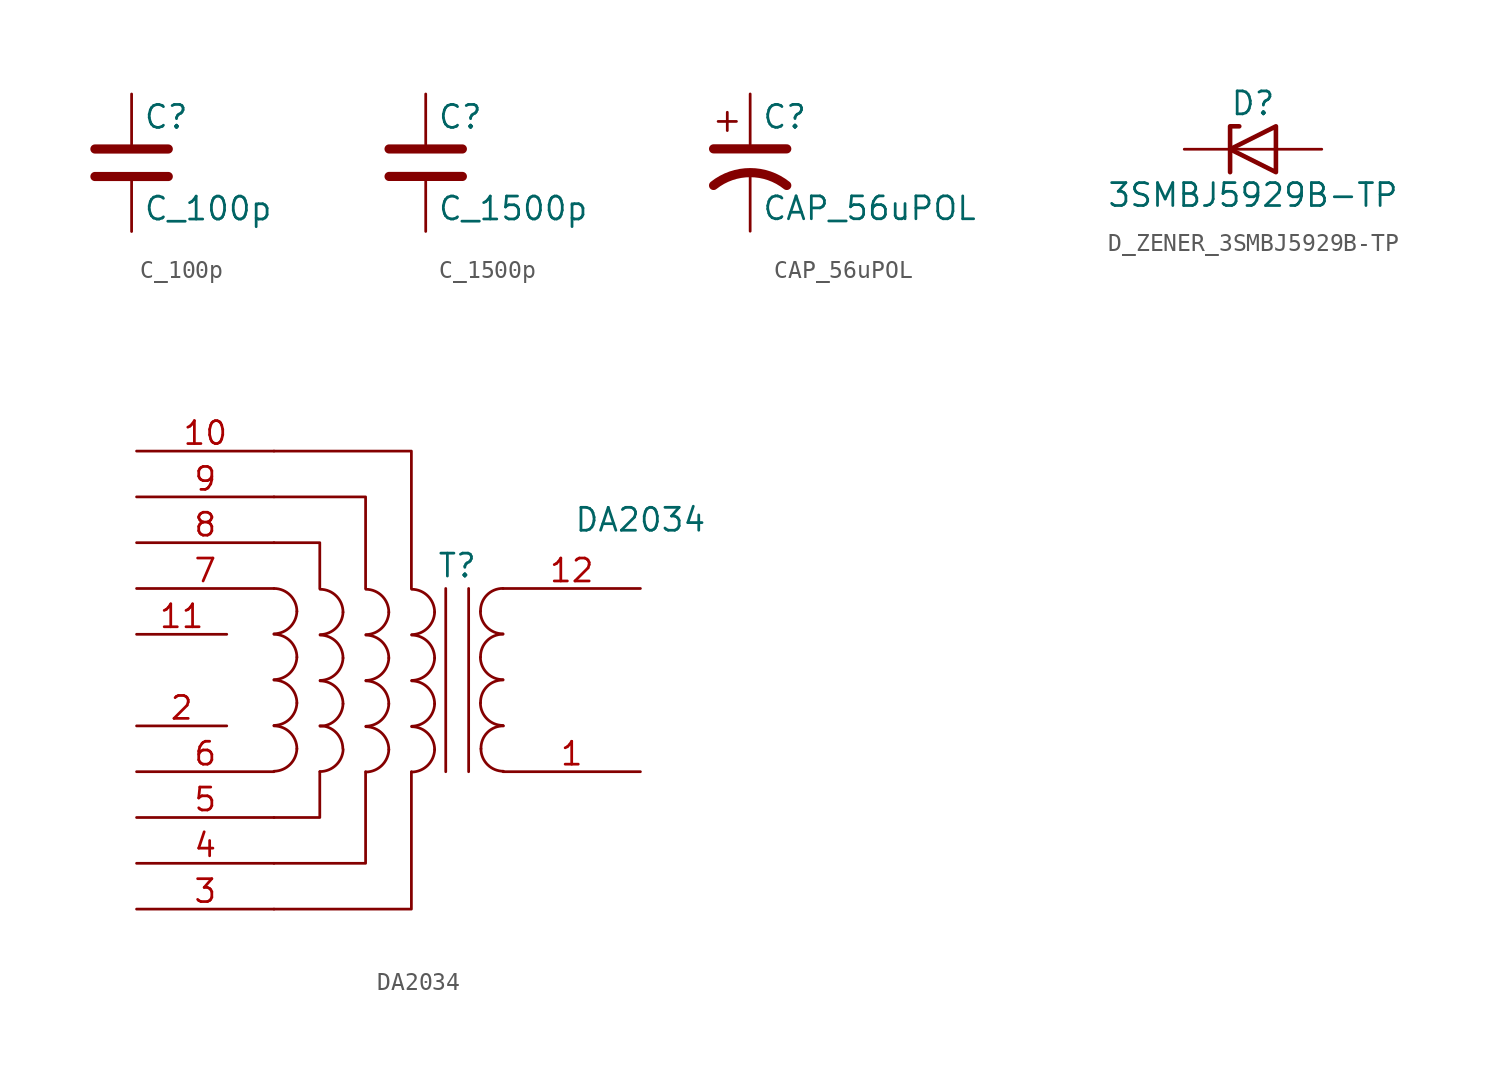
<source format=kicad_sym>
(kicad_symbol_lib
  (version 20220914)
  (generator kicad_symbol_editor)
  (symbol "C_100p"
    (pin_numbers hide)
    (pin_names
      (offset 0.254))
    (property "Reference" "C"
      (at 0.635 2.54 0)
      (effects (font (size 1.27 1.27)) (justify left)))
    (property "Value" "C_100p"
      (at 0.635 -2.54 0)
      (effects (font (size 1.27 1.27)) (justify left)))
    (symbol "C_100p_0_1"
      (polyline (pts (xy -2.032 -0.762) (xy 2.032 -0.762)) (stroke (width 0.508) (type default)) (fill (type none)))
      (polyline (pts (xy -2.032 0.762) (xy 2.032 0.762)) (stroke (width 0.508) (type default)) (fill (type none))))
    (symbol "C_100p_1_1"
      (pin passive line (at 0 3.81 270) (length 2.794) (name "~" (effects (font (size 1.27 1.27)))) (number "1" (effects (font (size 1.27 1.27)))))
      (pin passive line (at 0 -3.81 90) (length 2.794) (name "~" (effects (font (size 1.27 1.27)))) (number "2" (effects (font (size 1.27 1.27)))))))
  (symbol "C_1500p"
    (pin_numbers hide)
    (pin_names
      (offset 0.254))
    (property "Reference" "C"
      (at 0.635 2.54 0)
      (effects (font (size 1.27 1.27)) (justify left)))
    (property "Value" "C_1500p"
      (at 0.635 -2.54 0)
      (effects (font (size 1.27 1.27)) (justify left)))
    (symbol "C_1500p_0_1"
      (polyline (pts (xy -2.032 -0.762) (xy 2.032 -0.762)) (stroke (width 0.508) (type default)) (fill (type none)))
      (polyline (pts (xy -2.032 0.762) (xy 2.032 0.762)) (stroke (width 0.508) (type default)) (fill (type none))))
    (symbol "C_1500p_1_1"
      (pin passive line (at 0 3.81 270) (length 2.794) (name "~" (effects (font (size 1.27 1.27)))) (number "1" (effects (font (size 1.27 1.27)))))
      (pin passive line (at 0 -3.81 90) (length 2.794) (name "~" (effects (font (size 1.27 1.27)))) (number "2" (effects (font (size 1.27 1.27)))))))
  (symbol "CAP_56uPOL"
    (pin_numbers hide)
    (pin_names
      (offset 0.254) hide)
    (property "Reference" "C"
      (at 0.635 2.54 0)
      (effects (font (size 1.27 1.27)) (justify left)))
    (property "Value" "CAP_56uPOL"
      (at 0.635 -2.54 0)
      (effects (font (size 1.27 1.27)) (justify left)))
    (symbol "CAP_56uPOL_0_1"
      (polyline (pts (xy -2.032 0.762) (xy 2.032 0.762)) (stroke (width 0.508) (type default)) (fill (type none)))
      (polyline (pts (xy -1.778 2.286) (xy -0.762 2.286)) (stroke (width 0) (type default)) (fill (type none)))
      (polyline (pts (xy -1.27 1.778) (xy -1.27 2.794)) (stroke (width 0) (type default)) (fill (type none)))
      (arc (start 2.032 -1.27) (mid 0 -0.5572) (end -2.032 -1.27) (stroke (width 0.508) (type default)) (fill (type none))))
    (symbol "CAP_56uPOL_1_1"
      (pin passive line (at 0 3.81 270) (length 2.794) (name "~" (effects (font (size 1.27 1.27)))) (number "1" (effects (font (size 1.27 1.27)))))
      (pin passive line (at 0 -3.81 90) (length 3.302) (name "~" (effects (font (size 1.27 1.27)))) (number "2" (effects (font (size 1.27 1.27)))))))
  (symbol "D_ZENER_3SMBJ5929B-TP"
    (pin_numbers hide)
    (pin_names
      (offset 1.016) hide)
    (property "Reference" "D"
      (at 0 2.54 0)
      (effects (font (size 1.27 1.27))))
    (property "Value" "3SMBJ5929B-TP\n"
      (at 0 -2.54 0)
      (effects (font (size 1.27 1.27))))
    (symbol "D_ZENER_3SMBJ5929B-TP_0_1"
      (polyline (pts (xy 1.27 0) (xy -1.27 0)) (stroke (width 0) (type default)) (fill (type none)))
      (polyline (pts (xy -1.27 -1.27) (xy -1.27 1.27) (xy -0.762 1.27)) (stroke (width 0.254) (type default)) (fill (type none)))
      (polyline (pts (xy 1.27 -1.27) (xy 1.27 1.27) (xy -1.27 0) (xy 1.27 -1.27)) (stroke (width 0.254) (type default)) (fill (type none))))
    (symbol "D_ZENER_3SMBJ5929B-TP_1_1"
      (pin passive line (at -3.81 0 0) (length 2.54) (name "K" (effects (font (size 1.27 1.27)))) (number "1" (effects (font (size 1.27 1.27)))))
      (pin passive line (at 3.81 0 180) (length 2.54) (name "A" (effects (font (size 1.27 1.27)))) (number "2" (effects (font (size 1.27 1.27)))))))
  (symbol "DA2034"
    (pin_names
      (offset 1.016) hide)
    (property "Reference" "T"
      (at 0 6.35 0)
      (effects (font (size 1.27 1.27))))
    (property "Value" "DA2034"
      (at 10.16 8.89 0)
      (effects (font (size 1.27 1.27))))
    (symbol "DA2034_0_1"
      (arc (start -10.16 -5.0546) (mid -9.2761 -4.6863) (end -8.89 -3.81) (stroke (width 0) (type default)) (fill (type none)))
      (arc (start -10.16 -2.5146) (mid -9.2761 -2.1463) (end -8.89 -1.27) (stroke (width 0) (type default)) (fill (type none)))
      (arc (start -10.16 0.0254) (mid -9.2761 0.3937) (end -8.89 1.27) (stroke (width 0) (type default)) (fill (type none)))
      (arc (start -10.16 2.5654) (mid -9.2761 2.9337) (end -8.89 3.81) (stroke (width 0) (type default)) (fill (type none)))
      (arc (start -8.89 -3.81) (mid -9.262 -2.912) (end -10.16 -2.54) (stroke (width 0) (type default)) (fill (type none)))
      (arc (start -8.89 -1.27) (mid -9.262 -0.372) (end -10.16 0) (stroke (width 0) (type default)) (fill (type none)))
      (arc (start -8.89 1.27) (mid -9.262 2.168) (end -10.16 2.54) (stroke (width 0) (type default)) (fill (type none)))
      (arc (start -8.89 3.81) (mid -9.262 4.708) (end -10.16 5.08) (stroke (width 0) (type default)) (fill (type none)))
      (arc (start -7.6116 -5.0716) (mid -6.7226 -4.7162) (end -6.3233 -3.8459) (stroke (width 0) (type default)) (fill (type none)))
      (arc (start -7.6017 -2.5589) (mid -6.7178 -2.1906) (end -6.3317 -1.3143) (stroke (width 0) (type default)) (fill (type none)))
      (arc (start -7.6017 -0.0189) (mid -6.7178 0.3494) (end -6.3317 1.2257) (stroke (width 0) (type default)) (fill (type none)))
      (arc (start -7.6017 2.5211) (mid -6.7178 2.8894) (end -6.3317 3.7657) (stroke (width 0) (type default)) (fill (type none)))
      (arc (start -6.3416 -3.8016) (mid -6.716 -2.906) (end -7.6116 -2.5316) (stroke (width 0) (type default)) (fill (type none)))
      (arc (start -6.3317 -1.3143) (mid -6.7037 -0.4163) (end -7.6017 -0.0443) (stroke (width 0) (type default)) (fill (type none)))
      (arc (start -6.3317 1.2257) (mid -6.7037 2.1237) (end -7.6017 2.4957) (stroke (width 0) (type default)) (fill (type none)))
      (arc (start -6.3317 3.7657) (mid -6.7037 4.6637) (end -7.6017 5.0357) (stroke (width 0) (type default)) (fill (type none)))
      (arc (start -5.0617 -5.0989) (mid -4.1778 -4.7306) (end -3.7917 -3.8543) (stroke (width 0) (type default)) (fill (type none)))
      (arc (start -5.0617 -2.5589) (mid -4.1778 -2.1906) (end -3.7917 -1.3143) (stroke (width 0) (type default)) (fill (type none)))
      (arc (start -5.0617 -0.0189) (mid -4.1778 0.3494) (end -3.7917 1.2257) (stroke (width 0) (type default)) (fill (type none)))
      (arc (start -5.0617 2.5211) (mid -4.1778 2.8894) (end -3.7917 3.7657) (stroke (width 0) (type default)) (fill (type none)))
      (arc (start -3.7917 -3.8543) (mid -4.1637 -2.9563) (end -5.0617 -2.5843) (stroke (width 0) (type default)) (fill (type none)))
      (arc (start -3.7917 -1.3143) (mid -4.1637 -0.4163) (end -5.0617 -0.0443) (stroke (width 0) (type default)) (fill (type none)))
      (arc (start -3.7917 1.2257) (mid -4.1637 2.1237) (end -5.0617 2.4957) (stroke (width 0) (type default)) (fill (type none)))
      (arc (start -3.7917 3.7657) (mid -4.1637 4.6637) (end -5.0617 5.0357) (stroke (width 0) (type default)) (fill (type none)))
      (arc (start -2.5217 -5.0989) (mid -1.6378 -4.7306) (end -1.2517 -3.8543) (stroke (width 0) (type default)) (fill (type none)))
      (arc (start -2.5217 -2.5589) (mid -1.6378 -2.1906) (end -1.2517 -1.3143) (stroke (width 0) (type default)) (fill (type none)))
      (arc (start -2.5217 -0.0189) (mid -1.6378 0.3494) (end -1.2517 1.2257) (stroke (width 0) (type default)) (fill (type none)))
      (arc (start -2.5217 2.5211) (mid -1.6378 2.8894) (end -1.2517 3.7657) (stroke (width 0) (type default)) (fill (type none)))
      (arc (start -1.2517 -3.8543) (mid -1.6237 -2.9563) (end -2.5217 -2.5843) (stroke (width 0) (type default)) (fill (type none)))
      (arc (start -1.2517 -1.3143) (mid -1.6237 -0.4163) (end -2.5217 -0.0443) (stroke (width 0) (type default)) (fill (type none)))
      (arc (start -1.2517 1.2257) (mid -1.6237 2.1237) (end -2.5217 2.4957) (stroke (width 0) (type default)) (fill (type none)))
      (arc (start -1.2517 3.7657) (mid -1.6237 4.6637) (end -2.5217 5.0357) (stroke (width 0) (type default)) (fill (type none)))
      (polyline (pts (xy -0.635 5.08) (xy -0.635 -5.08)) (stroke (width 0) (type default)) (fill (type none)))
      (polyline (pts (xy 0.635 -5.08) (xy 0.635 5.08)) (stroke (width 0) (type default)) (fill (type none)))
      (polyline (pts (xy -10.16 -12.7) (xy -2.54 -12.7) (xy -2.54 -5.08)) (stroke (width 0) (type default)) (fill (type none)))
      (polyline (pts (xy -10.16 -7.62) (xy -7.62 -7.62) (xy -7.62 -5.08)) (stroke (width 0) (type default)) (fill (type none)))
      (polyline (pts (xy -10.16 7.62) (xy -7.62 7.62) (xy -7.62 5.08)) (stroke (width 0) (type default)) (fill (type none)))
      (polyline (pts (xy -10.16 12.7) (xy -2.54 12.7) (xy -2.54 5.08)) (stroke (width 0) (type default)) (fill (type none)))
      (polyline (pts (xy -5.08 -5.08) (xy -5.08 -10.16) (xy -10.16 -10.16)) (stroke (width 0) (type default)) (fill (type none)))
      (polyline (pts (xy -5.08 5.08) (xy -5.08 10.16) (xy -10.16 10.16)) (stroke (width 0) (type default)) (fill (type none)))
      (arc (start 1.2954 -1.27) (mid 1.6599 -2.1501) (end 2.54 -2.5146) (stroke (width 0) (type default)) (fill (type none)))
      (arc (start 1.2954 1.27) (mid 1.6599 0.3899) (end 2.54 0.0254) (stroke (width 0) (type default)) (fill (type none)))
      (arc (start 1.2954 3.81) (mid 1.6599 2.9299) (end 2.54 2.5654) (stroke (width 0) (type default)) (fill (type none)))
      (arc (start 1.3208 -3.81) (mid 1.6853 -4.6901) (end 2.5654 -5.0546) (stroke (width 0) (type default)) (fill (type none)))
      (arc (start 2.54 0) (mid 1.642 -0.372) (end 1.2954 -1.27) (stroke (width 0) (type default)) (fill (type none)))
      (arc (start 2.54 2.54) (mid 1.642 2.168) (end 1.2954 1.27) (stroke (width 0) (type default)) (fill (type none)))
      (arc (start 2.54 5.08) (mid 1.642 4.708) (end 1.2954 3.81) (stroke (width 0) (type default)) (fill (type none)))
      (arc (start 2.5654 -2.54) (mid 1.6674 -2.912) (end 1.3208 -3.81) (stroke (width 0) (type default)) (fill (type none))))
    (symbol "DA2034_1_1"
      (pin passive line (at 10.16 -5.08 180) (length 7.62) (name "SB" (effects (font (size 1.27 1.27)))) (number "1" (effects (font (size 1.27 1.27)))))
      (pin passive line (at -17.78 12.7 0) (length 7.62) (name "AA" (effects (font (size 1.27 1.27)))) (number "10" (effects (font (size 1.27 1.27)))))
      (pin passive line (at -17.78 2.54 0) (length 5) (name "AA" (effects (font (size 1.27 1.27)))) (number "11" (effects (font (size 1.27 1.27)))))
      (pin passive line (at 10.16 5.08 180) (length 7.62) (name "SB" (effects (font (size 1.27 1.27)))) (number "12" (effects (font (size 1.27 1.27)))))
      (pin passive line (at -17.78 -2.54 0) (length 5) (name "AA" (effects (font (size 1.27 1.27)))) (number "2" (effects (font (size 1.27 1.27)))))
      (pin passive line (at -17.78 -12.7 0) (length 7.62) (name "AB" (effects (font (size 1.27 1.27)))) (number "3" (effects (font (size 1.27 1.27)))))
      (pin passive line (at -17.78 -10.16 0) (length 7.62) (name "AB" (effects (font (size 1.27 1.27)))) (number "4" (effects (font (size 1.27 1.27)))))
      (pin passive line (at -17.78 -7.62 0) (length 7.62) (name "AB" (effects (font (size 1.27 1.27)))) (number "5" (effects (font (size 1.27 1.27)))))
      (pin passive line (at -17.78 -5.08 0) (length 7.62) (name "AA" (effects (font (size 1.27 1.27)))) (number "6" (effects (font (size 1.27 1.27)))))
      (pin passive line (at -17.78 5.08 0) (length 7.62) (name "AA" (effects (font (size 1.27 1.27)))) (number "7" (effects (font (size 1.27 1.27)))))
      (pin passive line (at -17.78 7.62 0) (length 7.62) (name "AA" (effects (font (size 1.27 1.27)))) (number "8" (effects (font (size 1.27 1.27)))))
      (pin passive line (at -17.78 10.16 0) (length 7.62) (name "AA" (effects (font (size 1.27 1.27)))) (number "9" (effects (font (size 1.27 1.27))))))))
</source>
